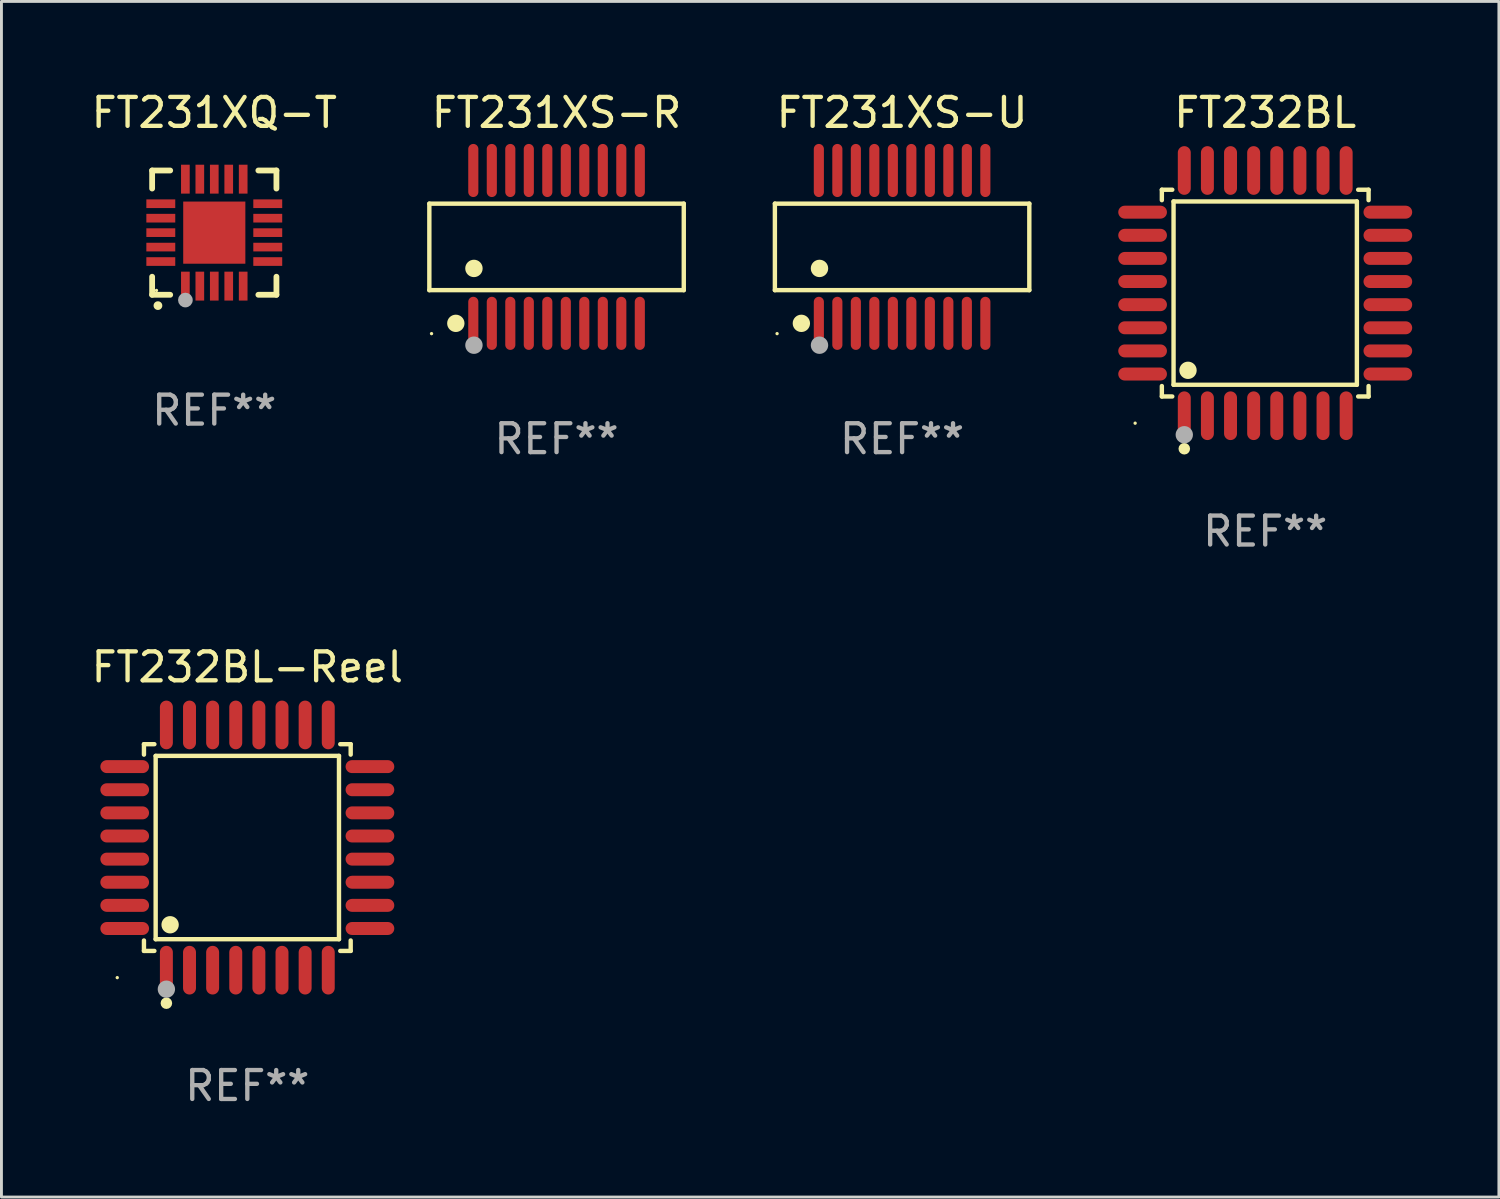
<source format=kicad_pcb>
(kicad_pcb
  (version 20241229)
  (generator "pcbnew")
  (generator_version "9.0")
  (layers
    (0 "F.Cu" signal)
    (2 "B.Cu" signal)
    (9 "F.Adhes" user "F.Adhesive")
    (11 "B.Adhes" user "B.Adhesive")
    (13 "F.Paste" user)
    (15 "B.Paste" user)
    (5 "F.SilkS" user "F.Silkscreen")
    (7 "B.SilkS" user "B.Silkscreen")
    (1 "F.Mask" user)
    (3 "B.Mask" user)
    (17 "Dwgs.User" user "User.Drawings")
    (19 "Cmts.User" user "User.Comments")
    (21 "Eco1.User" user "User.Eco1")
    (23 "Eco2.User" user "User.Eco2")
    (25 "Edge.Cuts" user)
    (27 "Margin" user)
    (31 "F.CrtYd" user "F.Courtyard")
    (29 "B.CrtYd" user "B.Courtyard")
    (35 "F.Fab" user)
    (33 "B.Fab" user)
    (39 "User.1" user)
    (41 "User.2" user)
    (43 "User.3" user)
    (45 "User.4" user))
  (footprint "FT231XQ-T"
    (layer "F.Cu")
    (at 4.363 4.998)
    (property "Reference" "FT231XQ-T" (at 0 -4.15 0) (layer "F.SilkS") (effects (font (size 1 1) (thickness 0.15))))
    (attr through_hole)
    (fp_line (start -2.15 -2.15) (end -2.15 -1.525) (stroke (width 0.2) (type solid)) (layer "F.SilkS"))
    (fp_line (start -2.15 2.15) (end -2.15 1.525) (stroke (width 0.2) (type solid)) (layer "F.SilkS"))
    (fp_line (start -1.525 -2.15) (end -2.15 -2.15) (stroke (width 0.2) (type solid)) (layer "F.SilkS"))
    (fp_line (start -1.525 2.15) (end -2.15 2.15) (stroke (width 0.2) (type solid)) (layer "F.SilkS"))
    (fp_line (start 1.525 2.15) (end 2.15 2.15) (stroke (width 0.2) (type solid)) (layer "F.SilkS"))
    (fp_line (start 2.15 -2.15) (end 1.525 -2.15) (stroke (width 0.2) (type solid)) (layer "F.SilkS"))
    (fp_line (start 2.15 -1.525) (end 2.15 -2.15) (stroke (width 0.2) (type solid)) (layer "F.SilkS"))
    (fp_line (start 2.15 2.15) (end 2.15 1.525) (stroke (width 0.2) (type solid)) (layer "F.SilkS"))
    (fp_arc (start -1.950724 2.524765) (mid -1.949454 2.52476) (end -1.948184 2.524765) (stroke (width 0.3) (type solid)) (layer "F.SilkS"))
    (fp_circle (center -2 2) (end -1.97 2) (stroke (width 0.06) (type solid)) (fill no) (layer "F.SilkS"))
    (fp_circle (center -1 2.332) (end -0.873 2.332) (stroke (width 0.254) (type solid)) (fill no) (layer "F.Fab"))
    (fp_text user "REF**" (at 0 6.15 0) (layer "F.Fab") (effects (font (size 1 1) (thickness 0.15))))
    (pad "1" smd rect (at -1 1.85 180) (size 0.3 1) (layers "F.Cu" "F.Mask" "F.Paste"))
    (pad "2" smd rect (at -0.5 1.85 180) (size 0.3 1) (layers "F.Cu" "F.Mask" "F.Paste"))
    (pad "3" smd rect (at 0 1.85 180) (size 0.3 1) (layers "F.Cu" "F.Mask" "F.Paste"))
    (pad "4" smd rect (at 0.5 1.85 180) (size 0.3 1) (layers "F.Cu" "F.Mask" "F.Paste"))
    (pad "5" smd rect (at 1 1.85 180) (size 0.3 1) (layers "F.Cu" "F.Mask" "F.Paste"))
    (pad "6" smd rect (at 1.85 1 90) (size 0.3 1) (layers "F.Cu" "F.Mask" "F.Paste"))
    (pad "7" smd rect (at 1.85 0.5 90) (size 0.3 1) (layers "F.Cu" "F.Mask" "F.Paste"))
    (pad "8" smd rect (at 1.85 0 90) (size 0.3 1) (layers "F.Cu" "F.Mask" "F.Paste"))
    (pad "9" smd rect (at 1.85 -0.5 90) (size 0.3 1) (layers "F.Cu" "F.Mask" "F.Paste"))
    (pad "10" smd rect (at 1.85 -1 90) (size 0.3 1) (layers "F.Cu" "F.Mask" "F.Paste"))
    (pad "11" smd rect (at 1 -1.85 180) (size 0.3 1) (layers "F.Cu" "F.Mask" "F.Paste"))
    (pad "12" smd rect (at 0.5 -1.85 180) (size 0.3 1) (layers "F.Cu" "F.Mask" "F.Paste"))
    (pad "13" smd rect (at 0 -1.85 180) (size 0.3 1) (layers "F.Cu" "F.Mask" "F.Paste"))
    (pad "14" smd rect (at -0.5 -1.85 180) (size 0.3 1) (layers "F.Cu" "F.Mask" "F.Paste"))
    (pad "15" smd rect (at -1 -1.85 180) (size 0.3 1) (layers "F.Cu" "F.Mask" "F.Paste"))
    (pad "16" smd rect (at -1.85 -1 90) (size 0.3 1) (layers "F.Cu" "F.Mask" "F.Paste"))
    (pad "17" smd rect (at -1.85 -0.5 90) (size 0.3 1) (layers "F.Cu" "F.Mask" "F.Paste"))
    (pad "18" smd rect (at -1.85 0 90) (size 0.3 1) (layers "F.Cu" "F.Mask" "F.Paste"))
    (pad "19" smd rect (at -1.85 0.5 90) (size 0.3 1) (layers "F.Cu" "F.Mask" "F.Paste"))
    (pad "20" smd rect (at -1.85 1 90) (size 0.3 1) (layers "F.Cu" "F.Mask" "F.Paste"))
    (pad "21" smd rect (at 0 0 90) (size 2.15 2.15) (layers "F.Cu" "F.Mask" "F.Paste")))
  (footprint "FT232BL"
    (layer "F.Cu")
    (at 40.72 7.09)
    (property "Reference" "FT232BL" (at 0 -6.242 0) (layer "F.SilkS") (effects (font (size 1 1) (thickness 0.15))))
    (attr through_hole)
    (fp_line (start -3.576 -3.576) (end -3.215 -3.576) (stroke (width 0.152) (type solid)) (layer "F.SilkS"))
    (fp_line (start -3.576 -3.215) (end -3.576 -3.576) (stroke (width 0.152) (type solid)) (layer "F.SilkS"))
    (fp_line (start -3.576 3.215) (end -3.576 3.576) (stroke (width 0.152) (type solid)) (layer "F.SilkS"))
    (fp_line (start -3.576 3.576) (end -3.215 3.576) (stroke (width 0.152) (type solid)) (layer "F.SilkS"))
    (fp_line (start -3.171 -3.171) (end 3.171 -3.171) (stroke (width 0.152) (type solid)) (layer "F.SilkS"))
    (fp_line (start -3.171 3.171) (end -3.171 -3.171) (stroke (width 0.152) (type solid)) (layer "F.SilkS"))
    (fp_line (start 3.171 -3.171) (end 3.171 3.171) (stroke (width 0.152) (type solid)) (layer "F.SilkS"))
    (fp_line (start 3.171 3.171) (end -3.171 3.171) (stroke (width 0.152) (type solid)) (layer "F.SilkS"))
    (fp_line (start 3.576 -3.576) (end 3.215 -3.576) (stroke (width 0.152) (type solid)) (layer "F.SilkS"))
    (fp_line (start 3.576 -3.215) (end 3.576 -3.576) (stroke (width 0.152) (type solid)) (layer "F.SilkS"))
    (fp_line (start 3.576 3.215) (end 3.576 3.576) (stroke (width 0.152) (type solid)) (layer "F.SilkS"))
    (fp_line (start 3.576 3.576) (end 3.215 3.576) (stroke (width 0.152) (type solid)) (layer "F.SilkS"))
    (fp_circle (center -4.5 4.5) (end -4.47 4.5) (stroke (width 0.06) (type solid)) (fill no) (layer "F.SilkS"))
    (fp_circle (center -2.8 5.384) (end -2.7 5.384) (stroke (width 0.2) (type solid)) (fill no) (layer "F.SilkS"))
    (fp_circle (center -2.671 2.671) (end -2.521 2.671) (stroke (width 0.3) (type solid)) (fill no) (layer "F.SilkS"))
    (fp_circle (center -2.8 4.9) (end -2.65 4.9) (stroke (width 0.3) (type solid)) (fill no) (layer "F.Fab"))
    (fp_text user "REF**" (at 0 8.242 0) (layer "F.Fab") (effects (font (size 1 1) (thickness 0.15))))
    (pad "1" smd oval (at -2.8 4.242) (size 0.448 1.684) (layers "F.Cu" "F.Mask" "F.Paste"))
    (pad "2" smd oval (at -2 4.242) (size 0.448 1.684) (layers "F.Cu" "F.Mask" "F.Paste"))
    (pad "3" smd oval (at -1.2 4.242) (size 0.448 1.684) (layers "F.Cu" "F.Mask" "F.Paste"))
    (pad "4" smd oval (at -0.4 4.242) (size 0.448 1.684) (layers "F.Cu" "F.Mask" "F.Paste"))
    (pad "5" smd oval (at 0.4 4.242) (size 0.448 1.684) (layers "F.Cu" "F.Mask" "F.Paste"))
    (pad "6" smd oval (at 1.2 4.242) (size 0.448 1.684) (layers "F.Cu" "F.Mask" "F.Paste"))
    (pad "7" smd oval (at 2 4.242) (size 0.448 1.684) (layers "F.Cu" "F.Mask" "F.Paste"))
    (pad "8" smd oval (at 2.8 4.242) (size 0.448 1.684) (layers "F.Cu" "F.Mask" "F.Paste"))
    (pad "9" smd oval (at 4.242 2.8) (size 1.684 0.448) (layers "F.Cu" "F.Mask" "F.Paste"))
    (pad "10" smd oval (at 4.242 2) (size 1.684 0.448) (layers "F.Cu" "F.Mask" "F.Paste"))
    (pad "11" smd oval (at 4.242 1.2) (size 1.684 0.448) (layers "F.Cu" "F.Mask" "F.Paste"))
    (pad "12" smd oval (at 4.242 0.4) (size 1.684 0.448) (layers "F.Cu" "F.Mask" "F.Paste"))
    (pad "13" smd oval (at 4.242 -0.4) (size 1.684 0.448) (layers "F.Cu" "F.Mask" "F.Paste"))
    (pad "14" smd oval (at 4.242 -1.2) (size 1.684 0.448) (layers "F.Cu" "F.Mask" "F.Paste"))
    (pad "15" smd oval (at 4.242 -2) (size 1.684 0.448) (layers "F.Cu" "F.Mask" "F.Paste"))
    (pad "16" smd oval (at 4.242 -2.8) (size 1.684 0.448) (layers "F.Cu" "F.Mask" "F.Paste"))
    (pad "17" smd oval (at 2.8 -4.242) (size 0.448 1.684) (layers "F.Cu" "F.Mask" "F.Paste"))
    (pad "18" smd oval (at 2 -4.242) (size 0.448 1.684) (layers "F.Cu" "F.Mask" "F.Paste"))
    (pad "19" smd oval (at 1.2 -4.242) (size 0.448 1.684) (layers "F.Cu" "F.Mask" "F.Paste"))
    (pad "20" smd oval (at 0.4 -4.242) (size 0.448 1.684) (layers "F.Cu" "F.Mask" "F.Paste"))
    (pad "21" smd oval (at -0.4 -4.242) (size 0.448 1.684) (layers "F.Cu" "F.Mask" "F.Paste"))
    (pad "22" smd oval (at -1.2 -4.242) (size 0.448 1.684) (layers "F.Cu" "F.Mask" "F.Paste"))
    (pad "23" smd oval (at -2 -4.242) (size 0.448 1.684) (layers "F.Cu" "F.Mask" "F.Paste"))
    (pad "24" smd oval (at -2.8 -4.242) (size 0.448 1.684) (layers "F.Cu" "F.Mask" "F.Paste"))
    (pad "25" smd oval (at -4.242 -2.8) (size 1.684 0.448) (layers "F.Cu" "F.Mask" "F.Paste"))
    (pad "26" smd oval (at -4.242 -2) (size 1.684 0.448) (layers "F.Cu" "F.Mask" "F.Paste"))
    (pad "27" smd oval (at -4.242 -1.2) (size 1.684 0.448) (layers "F.Cu" "F.Mask" "F.Paste"))
    (pad "28" smd oval (at -4.242 -0.4) (size 1.684 0.448) (layers "F.Cu" "F.Mask" "F.Paste"))
    (pad "29" smd oval (at -4.242 0.4) (size 1.684 0.448) (layers "F.Cu" "F.Mask" "F.Paste"))
    (pad "30" smd oval (at -4.242 1.2) (size 1.684 0.448) (layers "F.Cu" "F.Mask" "F.Paste"))
    (pad "31" smd oval (at -4.242 2) (size 1.684 0.448) (layers "F.Cu" "F.Mask" "F.Paste"))
    (pad "32" smd oval (at -4.242 2.8) (size 1.684 0.448) (layers "F.Cu" "F.Mask" "F.Paste")))
  (footprint "FT232BL-Reel"
    (layer "F.Cu")
    (at 5.506 26.271)
    (property "Reference" "FT232BL-Reel" (at 0 -6.242 0) (layer "F.SilkS") (effects (font (size 1 1) (thickness 0.15))))
    (attr through_hole)
    (fp_line (start -3.576 -3.576) (end -3.215 -3.576) (stroke (width 0.152) (type solid)) (layer "F.SilkS"))
    (fp_line (start -3.576 -3.215) (end -3.576 -3.576) (stroke (width 0.152) (type solid)) (layer "F.SilkS"))
    (fp_line (start -3.576 3.215) (end -3.576 3.576) (stroke (width 0.152) (type solid)) (layer "F.SilkS"))
    (fp_line (start -3.576 3.576) (end -3.215 3.576) (stroke (width 0.152) (type solid)) (layer "F.SilkS"))
    (fp_line (start -3.171 -3.171) (end 3.171 -3.171) (stroke (width 0.152) (type solid)) (layer "F.SilkS"))
    (fp_line (start -3.171 3.171) (end -3.171 -3.171) (stroke (width 0.152) (type solid)) (layer "F.SilkS"))
    (fp_line (start 3.171 -3.171) (end 3.171 3.171) (stroke (width 0.152) (type solid)) (layer "F.SilkS"))
    (fp_line (start 3.171 3.171) (end -3.171 3.171) (stroke (width 0.152) (type solid)) (layer "F.SilkS"))
    (fp_line (start 3.576 -3.576) (end 3.215 -3.576) (stroke (width 0.152) (type solid)) (layer "F.SilkS"))
    (fp_line (start 3.576 -3.215) (end 3.576 -3.576) (stroke (width 0.152) (type solid)) (layer "F.SilkS"))
    (fp_line (start 3.576 3.215) (end 3.576 3.576) (stroke (width 0.152) (type solid)) (layer "F.SilkS"))
    (fp_line (start 3.576 3.576) (end 3.215 3.576) (stroke (width 0.152) (type solid)) (layer "F.SilkS"))
    (fp_circle (center -4.5 4.5) (end -4.47 4.5) (stroke (width 0.06) (type solid)) (fill no) (layer "F.SilkS"))
    (fp_circle (center -2.8 5.384) (end -2.7 5.384) (stroke (width 0.2) (type solid)) (fill no) (layer "F.SilkS"))
    (fp_circle (center -2.671 2.671) (end -2.521 2.671) (stroke (width 0.3) (type solid)) (fill no) (layer "F.SilkS"))
    (fp_circle (center -2.8 4.9) (end -2.65 4.9) (stroke (width 0.3) (type solid)) (fill no) (layer "F.Fab"))
    (fp_text user "REF**" (at 0 8.242 0) (layer "F.Fab") (effects (font (size 1 1) (thickness 0.15))))
    (pad "1" smd oval (at -2.8 4.242) (size 0.448 1.684) (layers "F.Cu" "F.Mask" "F.Paste"))
    (pad "2" smd oval (at -2 4.242) (size 0.448 1.684) (layers "F.Cu" "F.Mask" "F.Paste"))
    (pad "3" smd oval (at -1.2 4.242) (size 0.448 1.684) (layers "F.Cu" "F.Mask" "F.Paste"))
    (pad "4" smd oval (at -0.4 4.242) (size 0.448 1.684) (layers "F.Cu" "F.Mask" "F.Paste"))
    (pad "5" smd oval (at 0.4 4.242) (size 0.448 1.684) (layers "F.Cu" "F.Mask" "F.Paste"))
    (pad "6" smd oval (at 1.2 4.242) (size 0.448 1.684) (layers "F.Cu" "F.Mask" "F.Paste"))
    (pad "7" smd oval (at 2 4.242) (size 0.448 1.684) (layers "F.Cu" "F.Mask" "F.Paste"))
    (pad "8" smd oval (at 2.8 4.242) (size 0.448 1.684) (layers "F.Cu" "F.Mask" "F.Paste"))
    (pad "9" smd oval (at 4.242 2.8) (size 1.684 0.448) (layers "F.Cu" "F.Mask" "F.Paste"))
    (pad "10" smd oval (at 4.242 2) (size 1.684 0.448) (layers "F.Cu" "F.Mask" "F.Paste"))
    (pad "11" smd oval (at 4.242 1.2) (size 1.684 0.448) (layers "F.Cu" "F.Mask" "F.Paste"))
    (pad "12" smd oval (at 4.242 0.4) (size 1.684 0.448) (layers "F.Cu" "F.Mask" "F.Paste"))
    (pad "13" smd oval (at 4.242 -0.4) (size 1.684 0.448) (layers "F.Cu" "F.Mask" "F.Paste"))
    (pad "14" smd oval (at 4.242 -1.2) (size 1.684 0.448) (layers "F.Cu" "F.Mask" "F.Paste"))
    (pad "15" smd oval (at 4.242 -2) (size 1.684 0.448) (layers "F.Cu" "F.Mask" "F.Paste"))
    (pad "16" smd oval (at 4.242 -2.8) (size 1.684 0.448) (layers "F.Cu" "F.Mask" "F.Paste"))
    (pad "17" smd oval (at 2.8 -4.242) (size 0.448 1.684) (layers "F.Cu" "F.Mask" "F.Paste"))
    (pad "18" smd oval (at 2 -4.242) (size 0.448 1.684) (layers "F.Cu" "F.Mask" "F.Paste"))
    (pad "19" smd oval (at 1.2 -4.242) (size 0.448 1.684) (layers "F.Cu" "F.Mask" "F.Paste"))
    (pad "20" smd oval (at 0.4 -4.242) (size 0.448 1.684) (layers "F.Cu" "F.Mask" "F.Paste"))
    (pad "21" smd oval (at -0.4 -4.242) (size 0.448 1.684) (layers "F.Cu" "F.Mask" "F.Paste"))
    (pad "22" smd oval (at -1.2 -4.242) (size 0.448 1.684) (layers "F.Cu" "F.Mask" "F.Paste"))
    (pad "23" smd oval (at -2 -4.242) (size 0.448 1.684) (layers "F.Cu" "F.Mask" "F.Paste"))
    (pad "24" smd oval (at -2.8 -4.242) (size 0.448 1.684) (layers "F.Cu" "F.Mask" "F.Paste"))
    (pad "25" smd oval (at -4.242 -2.8) (size 1.684 0.448) (layers "F.Cu" "F.Mask" "F.Paste"))
    (pad "26" smd oval (at -4.242 -2) (size 1.684 0.448) (layers "F.Cu" "F.Mask" "F.Paste"))
    (pad "27" smd oval (at -4.242 -1.2) (size 1.684 0.448) (layers "F.Cu" "F.Mask" "F.Paste"))
    (pad "28" smd oval (at -4.242 -0.4) (size 1.684 0.448) (layers "F.Cu" "F.Mask" "F.Paste"))
    (pad "29" smd oval (at -4.242 0.4) (size 1.684 0.448) (layers "F.Cu" "F.Mask" "F.Paste"))
    (pad "30" smd oval (at -4.242 1.2) (size 1.684 0.448) (layers "F.Cu" "F.Mask" "F.Paste"))
    (pad "31" smd oval (at -4.242 2) (size 1.684 0.448) (layers "F.Cu" "F.Mask" "F.Paste"))
    (pad "32" smd oval (at -4.242 2.8) (size 1.684 0.448) (layers "F.Cu" "F.Mask" "F.Paste")))
  (footprint "FT231XS-U"
    (layer "F.Cu")
    (at 28.158 5.492)
    (property "Reference" "FT231XS-U" (at 0 -4.644 0) (layer "F.SilkS") (effects (font (size 1 1) (thickness 0.15))))
    (attr through_hole)
    (fp_line (start -4.401 -1.497) (end 4.401 -1.497) (stroke (width 0.152) (type solid)) (layer "F.SilkS"))
    (fp_line (start -4.401 1.496) (end -4.401 -1.497) (stroke (width 0.152) (type solid)) (layer "F.SilkS"))
    (fp_line (start 4.401 -1.497) (end 4.401 1.496) (stroke (width 0.152) (type solid)) (layer "F.SilkS"))
    (fp_line (start 4.401 1.496) (end -4.401 1.496) (stroke (width 0.152) (type solid)) (layer "F.SilkS"))
    (fp_circle (center -4.325 3) (end -4.295 3) (stroke (width 0.06) (type solid)) (fill no) (layer "F.SilkS"))
    (fp_circle (center -3.485 2.644) (end -3.335 2.644) (stroke (width 0.3) (type solid)) (fill no) (layer "F.SilkS"))
    (fp_circle (center -2.858 0.744) (end -2.707 0.744) (stroke (width 0.3) (type solid)) (fill no) (layer "F.SilkS"))
    (fp_circle (center -2.858 3.4) (end -2.707 3.4) (stroke (width 0.3) (type solid)) (fill no) (layer "F.Fab"))
    (fp_text user "REF**" (at 0 6.644 0) (layer "F.Fab") (effects (font (size 1 1) (thickness 0.15))))
    (pad "1" smd oval (at -2.88 2.644) (size 0.35 1.837) (layers "F.Cu" "F.Mask" "F.Paste"))
    (pad "2" smd oval (at -2.24 2.644) (size 0.35 1.837) (layers "F.Cu" "F.Mask" "F.Paste"))
    (pad "3" smd oval (at -1.6 2.644) (size 0.35 1.837) (layers "F.Cu" "F.Mask" "F.Paste"))
    (pad "4" smd oval (at -0.96 2.644) (size 0.35 1.837) (layers "F.Cu" "F.Mask" "F.Paste"))
    (pad "5" smd oval (at -0.32 2.644) (size 0.35 1.837) (layers "F.Cu" "F.Mask" "F.Paste"))
    (pad "6" smd oval (at 0.32 2.644) (size 0.35 1.837) (layers "F.Cu" "F.Mask" "F.Paste"))
    (pad "7" smd oval (at 0.96 2.644) (size 0.35 1.837) (layers "F.Cu" "F.Mask" "F.Paste"))
    (pad "8" smd oval (at 1.6 2.644) (size 0.35 1.837) (layers "F.Cu" "F.Mask" "F.Paste"))
    (pad "9" smd oval (at 2.24 2.644) (size 0.35 1.837) (layers "F.Cu" "F.Mask" "F.Paste"))
    (pad "10" smd oval (at 2.88 2.644) (size 0.35 1.837) (layers "F.Cu" "F.Mask" "F.Paste"))
    (pad "11" smd oval (at 2.88 -2.644 180) (size 0.35 1.837) (layers "F.Cu" "F.Mask" "F.Paste"))
    (pad "12" smd oval (at 2.24 -2.644 180) (size 0.35 1.837) (layers "F.Cu" "F.Mask" "F.Paste"))
    (pad "13" smd oval (at 1.6 -2.644 180) (size 0.35 1.837) (layers "F.Cu" "F.Mask" "F.Paste"))
    (pad "14" smd oval (at 0.96 -2.644 180) (size 0.35 1.837) (layers "F.Cu" "F.Mask" "F.Paste"))
    (pad "15" smd oval (at 0.32 -2.644 180) (size 0.35 1.837) (layers "F.Cu" "F.Mask" "F.Paste"))
    (pad "16" smd oval (at -0.32 -2.644 180) (size 0.35 1.837) (layers "F.Cu" "F.Mask" "F.Paste"))
    (pad "17" smd oval (at -0.96 -2.644 180) (size 0.35 1.837) (layers "F.Cu" "F.Mask" "F.Paste"))
    (pad "18" smd oval (at -1.6 -2.644 180) (size 0.35 1.837) (layers "F.Cu" "F.Mask" "F.Paste"))
    (pad "19" smd oval (at -2.24 -2.644 180) (size 0.35 1.837) (layers "F.Cu" "F.Mask" "F.Paste"))
    (pad "20" smd oval (at -2.88 -2.644 180) (size 0.35 1.837) (layers "F.Cu" "F.Mask" "F.Paste")))
  (footprint "FT231XS-R"
    (layer "F.Cu")
    (at 16.204 5.492)
    (property "Reference" "FT231XS-R" (at 0 -4.644 0) (layer "F.SilkS") (effects (font (size 1 1) (thickness 0.15))))
    (attr through_hole)
    (fp_line (start -4.401 -1.497) (end 4.401 -1.497) (stroke (width 0.152) (type solid)) (layer "F.SilkS"))
    (fp_line (start -4.401 1.496) (end -4.401 -1.497) (stroke (width 0.152) (type solid)) (layer "F.SilkS"))
    (fp_line (start 4.401 -1.497) (end 4.401 1.496) (stroke (width 0.152) (type solid)) (layer "F.SilkS"))
    (fp_line (start 4.401 1.496) (end -4.401 1.496) (stroke (width 0.152) (type solid)) (layer "F.SilkS"))
    (fp_circle (center -4.325 3) (end -4.295 3) (stroke (width 0.06) (type solid)) (fill no) (layer "F.SilkS"))
    (fp_circle (center -3.485 2.644) (end -3.335 2.644) (stroke (width 0.3) (type solid)) (fill no) (layer "F.SilkS"))
    (fp_circle (center -2.858 0.744) (end -2.707 0.744) (stroke (width 0.3) (type solid)) (fill no) (layer "F.SilkS"))
    (fp_circle (center -2.858 3.4) (end -2.707 3.4) (stroke (width 0.3) (type solid)) (fill no) (layer "F.Fab"))
    (fp_text user "REF**" (at 0 6.644 0) (layer "F.Fab") (effects (font (size 1 1) (thickness 0.15))))
    (pad "1" smd oval (at -2.88 2.644) (size 0.35 1.837) (layers "F.Cu" "F.Mask" "F.Paste"))
    (pad "2" smd oval (at -2.24 2.644) (size 0.35 1.837) (layers "F.Cu" "F.Mask" "F.Paste"))
    (pad "3" smd oval (at -1.6 2.644) (size 0.35 1.837) (layers "F.Cu" "F.Mask" "F.Paste"))
    (pad "4" smd oval (at -0.96 2.644) (size 0.35 1.837) (layers "F.Cu" "F.Mask" "F.Paste"))
    (pad "5" smd oval (at -0.32 2.644) (size 0.35 1.837) (layers "F.Cu" "F.Mask" "F.Paste"))
    (pad "6" smd oval (at 0.32 2.644) (size 0.35 1.837) (layers "F.Cu" "F.Mask" "F.Paste"))
    (pad "7" smd oval (at 0.96 2.644) (size 0.35 1.837) (layers "F.Cu" "F.Mask" "F.Paste"))
    (pad "8" smd oval (at 1.6 2.644) (size 0.35 1.837) (layers "F.Cu" "F.Mask" "F.Paste"))
    (pad "9" smd oval (at 2.24 2.644) (size 0.35 1.837) (layers "F.Cu" "F.Mask" "F.Paste"))
    (pad "10" smd oval (at 2.88 2.644) (size 0.35 1.837) (layers "F.Cu" "F.Mask" "F.Paste"))
    (pad "11" smd oval (at 2.88 -2.644 180) (size 0.35 1.837) (layers "F.Cu" "F.Mask" "F.Paste"))
    (pad "12" smd oval (at 2.24 -2.644 180) (size 0.35 1.837) (layers "F.Cu" "F.Mask" "F.Paste"))
    (pad "13" smd oval (at 1.6 -2.644 180) (size 0.35 1.837) (layers "F.Cu" "F.Mask" "F.Paste"))
    (pad "14" smd oval (at 0.96 -2.644 180) (size 0.35 1.837) (layers "F.Cu" "F.Mask" "F.Paste"))
    (pad "15" smd oval (at 0.32 -2.644 180) (size 0.35 1.837) (layers "F.Cu" "F.Mask" "F.Paste"))
    (pad "16" smd oval (at -0.32 -2.644 180) (size 0.35 1.837) (layers "F.Cu" "F.Mask" "F.Paste"))
    (pad "17" smd oval (at -0.96 -2.644 180) (size 0.35 1.837) (layers "F.Cu" "F.Mask" "F.Paste"))
    (pad "18" smd oval (at -1.6 -2.644 180) (size 0.35 1.837) (layers "F.Cu" "F.Mask" "F.Paste"))
    (pad "19" smd oval (at -2.24 -2.644 180) (size 0.35 1.837) (layers "F.Cu" "F.Mask" "F.Paste"))
    (pad "20" smd oval (at -2.88 -2.644 180) (size 0.35 1.837) (layers "F.Cu" "F.Mask" "F.Paste")))
  (gr_rect
    (start -3 -3)
    (end 48.804 38.361)
    (stroke (width 0.1) (type default))
    (fill no)
    (layer "Edge.Cuts")))
</source>
